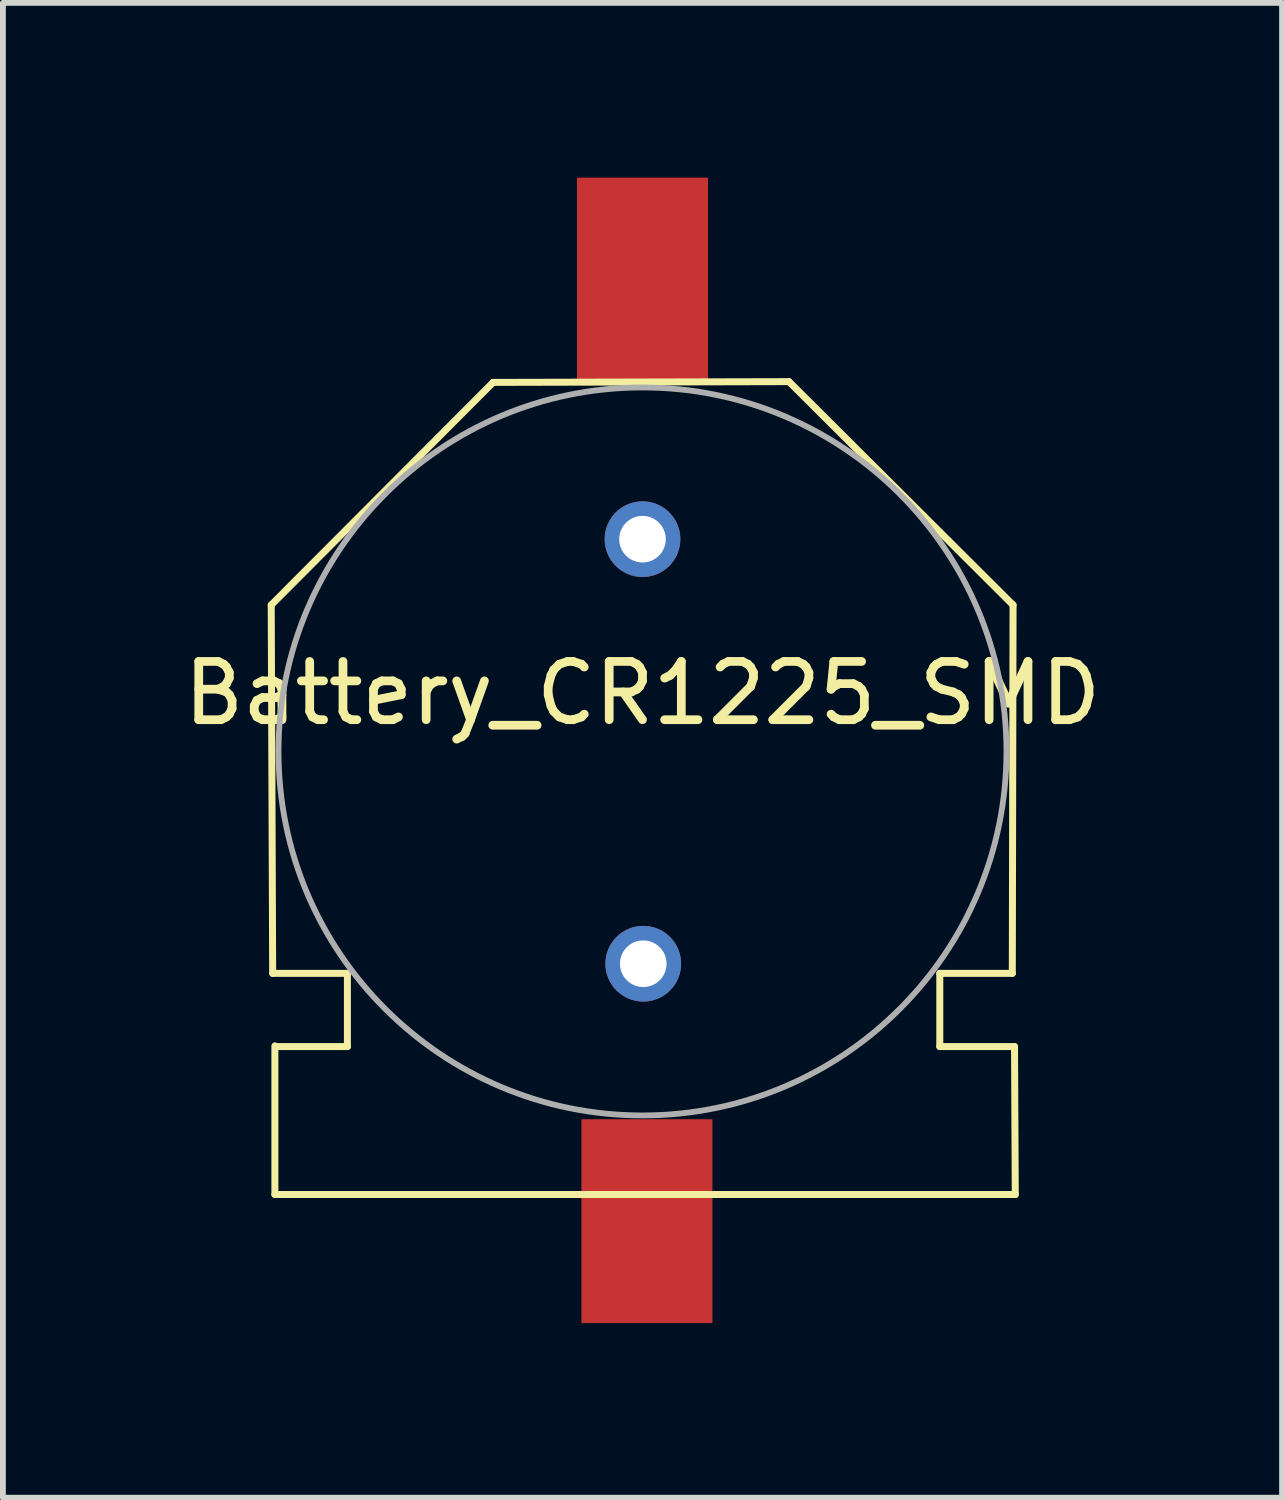
<source format=kicad_pcb>
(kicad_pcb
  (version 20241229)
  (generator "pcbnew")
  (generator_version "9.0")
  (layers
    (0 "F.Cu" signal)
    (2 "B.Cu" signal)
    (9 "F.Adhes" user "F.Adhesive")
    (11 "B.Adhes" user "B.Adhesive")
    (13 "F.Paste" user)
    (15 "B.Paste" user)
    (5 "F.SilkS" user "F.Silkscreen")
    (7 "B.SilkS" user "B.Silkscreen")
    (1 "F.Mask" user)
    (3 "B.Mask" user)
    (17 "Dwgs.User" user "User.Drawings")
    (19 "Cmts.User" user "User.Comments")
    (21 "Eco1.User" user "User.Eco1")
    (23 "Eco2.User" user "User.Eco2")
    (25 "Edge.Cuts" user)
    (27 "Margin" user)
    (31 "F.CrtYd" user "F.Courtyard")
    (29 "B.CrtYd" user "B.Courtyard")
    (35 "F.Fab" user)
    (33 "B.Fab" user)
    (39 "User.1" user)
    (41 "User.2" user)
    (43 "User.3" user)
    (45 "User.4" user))
  (footprint "Battery_CR1225_SMD"
    (layer "F.Cu")
    (at 7.982 9.853)
    (property "Reference" "Battery_CR1225_SMD" (at 0 -1 0) (layer "F.SilkS") (effects (font (size 1 1) (thickness 0.15))))
    (attr exclude_from_pos_files exclude_from_bom)
    (fp_line (start -6.375 -2.515) (end -6.35 3.81) (stroke (width 0.12) (type solid)) (layer "F.SilkS"))
    (fp_line (start -6.35 3.81) (end -5.067 3.81) (stroke (width 0.12) (type solid)) (layer "F.SilkS"))
    (fp_line (start -6.312 5.055) (end -6.312 7.607) (stroke (width 0.12) (type solid)) (layer "F.SilkS"))
    (fp_line (start -6.312 7.607) (end 6.401 7.607) (stroke (width 0.12) (type solid)) (layer "F.SilkS"))
    (fp_line (start -5.067 3.81) (end -5.067 5.067) (stroke (width 0.12) (type solid)) (layer "F.SilkS"))
    (fp_line (start -5.067 5.067) (end -6.287 5.067) (stroke (width 0.12) (type solid)) (layer "F.SilkS"))
    (fp_line (start -2.565 -6.337) (end -6.375 -2.515) (stroke (width 0.12) (type solid)) (layer "F.SilkS"))
    (fp_line (start 2.515 -6.35) (end -2.565 -6.337) (stroke (width 0.12) (type solid)) (layer "F.SilkS"))
    (fp_line (start 5.105 3.81) (end 6.35 3.81) (stroke (width 0.12) (type solid)) (layer "F.SilkS"))
    (fp_line (start 5.105 5.067) (end 5.105 3.81) (stroke (width 0.12) (type solid)) (layer "F.SilkS"))
    (fp_line (start 6.35 3.81) (end 6.363 -2.515) (stroke (width 0.12) (type solid)) (layer "F.SilkS"))
    (fp_line (start 6.363 -2.515) (end 2.515 -6.35) (stroke (width 0.12) (type solid)) (layer "F.SilkS"))
    (fp_line (start 6.388 5.067) (end 5.105 5.067) (stroke (width 0.12) (type solid)) (layer "F.SilkS"))
    (fp_line (start 6.401 7.607) (end 6.388 5.067) (stroke (width 0.12) (type solid)) (layer "F.SilkS"))
    (fp_circle (center 0 0) (end 6.25 0) (stroke (width 0.1) (type solid)) (fill no) (layer "F.Fab"))
    (pad "1" smd rect (at 0.076 8.065) (size 2.25 3.5) (layers "F.Cu" "F.Mask" "F.Paste"))
    (pad "2" smd rect (at 0 -8.103) (size 2.25 3.5) (layers "F.Cu" "F.Mask" "F.Paste"))
    (pad "3" thru_hole circle (at 0 -3.645) (size 1.3 1.3) (drill 0.8) (layers "*.Cu" "*.Mask"))
    (pad "4" thru_hole circle (at 0.013 3.645) (size 1.3 1.3) (drill 0.8) (layers "*.Cu" "*.Mask")))
  (gr_rect
    (start -3 -3)
    (end 18.964 22.667)
    (stroke (width 0.1) (type default))
    (fill no)
    (layer "Edge.Cuts")))
</source>
